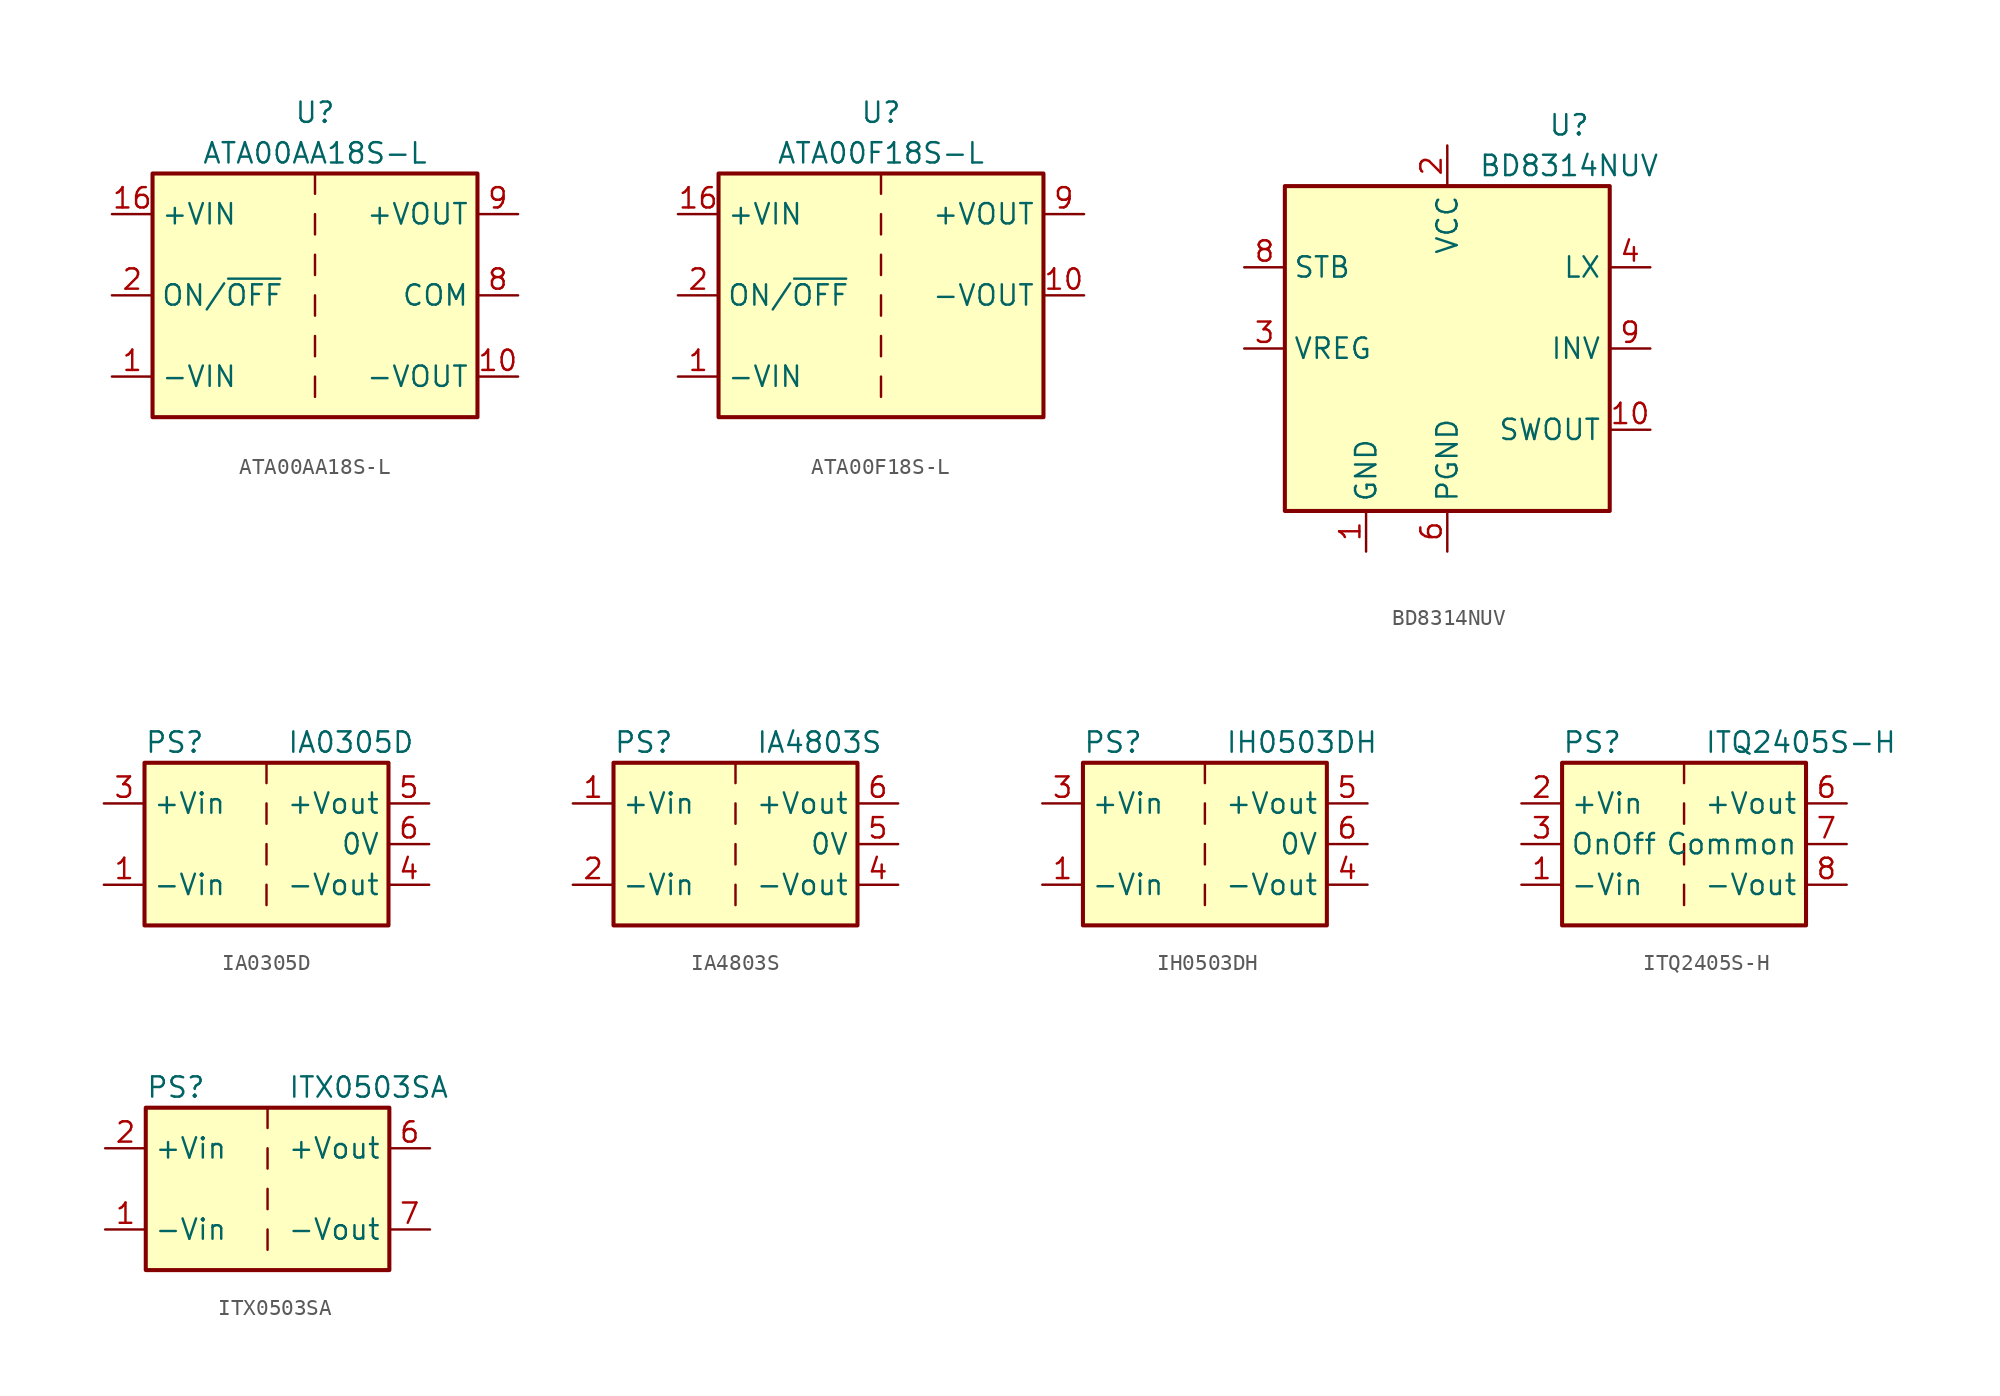
<source format=kicad_sym>
(kicad_symbol_lib
  (version 20211014)
  (generator kicad_symbol_editor)
  (symbol "ATA00AA18S-L"
    (property "Reference" "U"
      (at 0 11.43 0)
      (effects (font (size 1.27 1.27))))
    (property "Value" "ATA00AA18S-L"
      (at 0 8.89 0)
      (effects (font (size 1.27 1.27))))
    (symbol "ATA00AA18S-L_0_1"
      (rectangle (start -10.16 7.62) (end 10.16 -7.62) (stroke (width 0.254) (type default) (color 0 0 0 0)) (fill (type background)))
      (polyline (pts (xy 0 -5.08) (xy 0 -6.35)) (stroke (width 0) (type default) (color 0 0 0 0)) (fill (type none)))
      (polyline (pts (xy 0 -2.54) (xy 0 -3.81)) (stroke (width 0) (type default) (color 0 0 0 0)) (fill (type none)))
      (polyline (pts (xy 0 0) (xy 0 -1.27)) (stroke (width 0) (type default) (color 0 0 0 0)) (fill (type none)))
      (polyline (pts (xy 0 2.54) (xy 0 1.27)) (stroke (width 0) (type default) (color 0 0 0 0)) (fill (type none)))
      (polyline (pts (xy 0 5.08) (xy 0 3.81)) (stroke (width 0) (type default) (color 0 0 0 0)) (fill (type none)))
      (polyline (pts (xy 0 7.62) (xy 0 6.35)) (stroke (width 0) (type default) (color 0 0 0 0)) (fill (type none))))
    (symbol "ATA00AA18S-L_1_1"
      (pin power_in line (at -12.7 -5.08 0) (length 2.54) (name "-VIN" (effects (font (size 1.27 1.27)))) (number "1" (effects (font (size 1.27 1.27)))))
      (pin power_out line (at 12.7 -5.08 180) (length 2.54) (name "-VOUT" (effects (font (size 1.27 1.27)))) (number "10" (effects (font (size 1.27 1.27)))))
      (pin power_in line (at -12.7 5.08 0) (length 2.54) (name "+VIN" (effects (font (size 1.27 1.27)))) (number "16" (effects (font (size 1.27 1.27)))))
      (pin input line (at -12.7 0 0) (length 2.54) (name "ON/~{OFF}" (effects (font (size 1.27 1.27)))) (number "2" (effects (font (size 1.27 1.27)))))
      (pin no_connect line (at 10.16 2.54 180) (length 2.54) hide (name "NC" (effects (font (size 1.27 1.27)))) (number "7" (effects (font (size 1.27 1.27)))))
      (pin power_out line (at 12.7 0 180) (length 2.54) (name "COM" (effects (font (size 1.27 1.27)))) (number "8" (effects (font (size 1.27 1.27)))))
      (pin power_out line (at 12.7 5.08 180) (length 2.54) (name "+VOUT" (effects (font (size 1.27 1.27)))) (number "9" (effects (font (size 1.27 1.27)))))))
  (symbol "ATA00F18S-L"
    (property "Reference" "U"
      (at 0 11.43 0)
      (effects (font (size 1.27 1.27))))
    (property "Value" "ATA00F18S-L"
      (at 0 8.89 0)
      (effects (font (size 1.27 1.27))))
    (symbol "ATA00F18S-L_0_1"
      (rectangle (start -10.16 7.62) (end 10.16 -7.62) (stroke (width 0.254) (type default) (color 0 0 0 0)) (fill (type background)))
      (polyline (pts (xy 0 -5.08) (xy 0 -6.35)) (stroke (width 0) (type default) (color 0 0 0 0)) (fill (type none)))
      (polyline (pts (xy 0 -2.54) (xy 0 -3.81)) (stroke (width 0) (type default) (color 0 0 0 0)) (fill (type none)))
      (polyline (pts (xy 0 0) (xy 0 -1.27)) (stroke (width 0) (type default) (color 0 0 0 0)) (fill (type none)))
      (polyline (pts (xy 0 2.54) (xy 0 1.27)) (stroke (width 0) (type default) (color 0 0 0 0)) (fill (type none)))
      (polyline (pts (xy 0 5.08) (xy 0 3.81)) (stroke (width 0) (type default) (color 0 0 0 0)) (fill (type none)))
      (polyline (pts (xy 0 7.62) (xy 0 6.35)) (stroke (width 0) (type default) (color 0 0 0 0)) (fill (type none))))
    (symbol "ATA00F18S-L_1_1"
      (pin power_in line (at -12.7 -5.08 0) (length 2.54) (name "-VIN" (effects (font (size 1.27 1.27)))) (number "1" (effects (font (size 1.27 1.27)))))
      (pin power_out line (at 12.7 0 180) (length 2.54) (name "-VOUT" (effects (font (size 1.27 1.27)))) (number "10" (effects (font (size 1.27 1.27)))))
      (pin power_in line (at -12.7 5.08 0) (length 2.54) (name "+VIN" (effects (font (size 1.27 1.27)))) (number "16" (effects (font (size 1.27 1.27)))))
      (pin input line (at -12.7 0 0) (length 2.54) (name "ON/~{OFF}" (effects (font (size 1.27 1.27)))) (number "2" (effects (font (size 1.27 1.27)))))
      (pin no_connect line (at 10.16 -2.54 180) (length 2.54) hide (name "NC" (effects (font (size 1.27 1.27)))) (number "7" (effects (font (size 1.27 1.27)))))
      (pin no_connect line (at 10.16 -5.08 180) (length 2.54) hide (name "NC" (effects (font (size 1.27 1.27)))) (number "8" (effects (font (size 1.27 1.27)))))
      (pin power_out line (at 12.7 5.08 180) (length 2.54) (name "+VOUT" (effects (font (size 1.27 1.27)))) (number "9" (effects (font (size 1.27 1.27)))))))
  (symbol "BD8314NUV"
    (property "Reference" "U"
      (at 7.62 13.97 0)
      (effects (font (size 1.27 1.27))))
    (property "Value" "BD8314NUV"
      (at 7.62 11.43 0)
      (effects (font (size 1.27 1.27))))
    (symbol "BD8314NUV_0_1"
      (rectangle (start -10.16 10.16) (end 10.16 -10.16) (stroke (width 0.254) (type default) (color 0 0 0 0)) (fill (type background))))
    (symbol "BD8314NUV_1_1"
      (pin power_in line (at -5.08 -12.7 90) (length 2.54) (name "GND" (effects (font (size 1.27 1.27)))) (number "1" (effects (font (size 1.27 1.27)))))
      (pin passive line (at 12.7 -5.08 180) (length 2.54) (name "SWOUT" (effects (font (size 1.27 1.27)))) (number "10" (effects (font (size 1.27 1.27)))))
      (pin passive line (at 0 -12.7 90) (length 2.54) hide (name "PGND" (effects (font (size 1.27 1.27)))) (number "11" (effects (font (size 1.27 1.27)))))
      (pin power_in line (at 0 12.7 270) (length 2.54) (name "VCC" (effects (font (size 1.27 1.27)))) (number "2" (effects (font (size 1.27 1.27)))))
      (pin passive line (at -12.7 0 0) (length 2.54) (name "VREG" (effects (font (size 1.27 1.27)))) (number "3" (effects (font (size 1.27 1.27)))))
      (pin passive line (at 12.7 5.08 180) (length 2.54) (name "LX" (effects (font (size 1.27 1.27)))) (number "4" (effects (font (size 1.27 1.27)))))
      (pin passive line (at 12.7 5.08 180) (length 2.54) hide (name "LX" (effects (font (size 1.27 1.27)))) (number "5" (effects (font (size 1.27 1.27)))))
      (pin power_in line (at 0 -12.7 90) (length 2.54) (name "PGND" (effects (font (size 1.27 1.27)))) (number "6" (effects (font (size 1.27 1.27)))))
      (pin passive line (at 0 -12.7 90) (length 2.54) hide (name "PGND" (effects (font (size 1.27 1.27)))) (number "7" (effects (font (size 1.27 1.27)))))
      (pin input line (at -12.7 5.08 0) (length 2.54) (name "STB" (effects (font (size 1.27 1.27)))) (number "8" (effects (font (size 1.27 1.27)))))
      (pin passive line (at 12.7 0 180) (length 2.54) (name "INV" (effects (font (size 1.27 1.27)))) (number "9" (effects (font (size 1.27 1.27)))))))
  (symbol "IA0305D"
    (property "Reference" "PS"
      (at -7.62 6.35 0)
      (effects (font (size 1.27 1.27)) (justify left)))
    (property "Value" "IA0305D"
      (at 1.27 6.35 0)
      (effects (font (size 1.27 1.27)) (justify left)))
    (symbol "IA0305D_0_0"
      (pin power_in line (at -10.16 -2.54 0) (length 2.54) (name "-Vin" (effects (font (size 1.27 1.27)))) (number "1" (effects (font (size 1.27 1.27)))))
      (pin power_in line (at -10.16 2.54 0) (length 2.54) (name "+Vin" (effects (font (size 1.27 1.27)))) (number "3" (effects (font (size 1.27 1.27)))))
      (pin power_out line (at 10.16 -2.54 180) (length 2.54) (name "-Vout" (effects (font (size 1.27 1.27)))) (number "4" (effects (font (size 1.27 1.27)))))
      (pin power_out line (at 10.16 2.54 180) (length 2.54) (name "+Vout" (effects (font (size 1.27 1.27)))) (number "5" (effects (font (size 1.27 1.27)))))
      (pin power_out line (at 10.16 0 180) (length 2.54) (name "0V" (effects (font (size 1.27 1.27)))) (number "6" (effects (font (size 1.27 1.27))))))
    (symbol "IA0305D_0_1"
      (rectangle (start -7.62 5.08) (end 7.62 -5.08) (stroke (width 0.254) (type default) (color 0 0 0 0)) (fill (type background)))
      (polyline (pts (xy 0 -2.54) (xy 0 -3.81)) (stroke (width 0) (type default) (color 0 0 0 0)) (fill (type none)))
      (polyline (pts (xy 0 0) (xy 0 -1.27)) (stroke (width 0) (type default) (color 0 0 0 0)) (fill (type none)))
      (polyline (pts (xy 0 2.54) (xy 0 1.27)) (stroke (width 0) (type default) (color 0 0 0 0)) (fill (type none)))
      (polyline (pts (xy 0 5.08) (xy 0 3.81)) (stroke (width 0) (type default) (color 0 0 0 0)) (fill (type none))))
    (symbol "IA0305D_1_1"
      (pin no_connect line (at 0 -5.08 90) (length 2.54) hide (name "NC" (effects (font (size 1.27 1.27)))) (number "2" (effects (font (size 1.27 1.27)))))))
  (symbol "IA4803S"
    (property "Reference" "PS"
      (at -7.62 6.35 0)
      (effects (font (size 1.27 1.27)) (justify left)))
    (property "Value" "IA4803S"
      (at 1.27 6.35 0)
      (effects (font (size 1.27 1.27)) (justify left)))
    (symbol "IA4803S_0_0"
      (pin power_in line (at -10.16 2.54 0) (length 2.54) (name "+Vin" (effects (font (size 1.27 1.27)))) (number "1" (effects (font (size 1.27 1.27)))))
      (pin power_in line (at -10.16 -2.54 0) (length 2.54) (name "-Vin" (effects (font (size 1.27 1.27)))) (number "2" (effects (font (size 1.27 1.27)))))
      (pin power_out line (at 10.16 -2.54 180) (length 2.54) (name "-Vout" (effects (font (size 1.27 1.27)))) (number "4" (effects (font (size 1.27 1.27)))))
      (pin power_out line (at 10.16 0 180) (length 2.54) (name "0V" (effects (font (size 1.27 1.27)))) (number "5" (effects (font (size 1.27 1.27)))))
      (pin power_out line (at 10.16 2.54 180) (length 2.54) (name "+Vout" (effects (font (size 1.27 1.27)))) (number "6" (effects (font (size 1.27 1.27))))))
    (symbol "IA4803S_0_1"
      (rectangle (start -7.62 5.08) (end 7.62 -5.08) (stroke (width 0.254) (type default) (color 0 0 0 0)) (fill (type background)))
      (polyline (pts (xy 0 -2.54) (xy 0 -3.81)) (stroke (width 0) (type default) (color 0 0 0 0)) (fill (type none)))
      (polyline (pts (xy 0 0) (xy 0 -1.27)) (stroke (width 0) (type default) (color 0 0 0 0)) (fill (type none)))
      (polyline (pts (xy 0 2.54) (xy 0 1.27)) (stroke (width 0) (type default) (color 0 0 0 0)) (fill (type none)))
      (polyline (pts (xy 0 5.08) (xy 0 3.81)) (stroke (width 0) (type default) (color 0 0 0 0)) (fill (type none)))))
  (symbol "IH0503DH"
    (property "Reference" "PS"
      (at -7.62 6.35 0)
      (effects (font (size 1.27 1.27)) (justify left)))
    (property "Value" "IH0503DH"
      (at 1.27 6.35 0)
      (effects (font (size 1.27 1.27)) (justify left)))
    (symbol "IH0503DH_0_0"
      (pin power_in line (at -10.16 -2.54 0) (length 2.54) (name "-Vin" (effects (font (size 1.27 1.27)))) (number "1" (effects (font (size 1.27 1.27)))))
      (pin power_in line (at -10.16 2.54 0) (length 2.54) (name "+Vin" (effects (font (size 1.27 1.27)))) (number "3" (effects (font (size 1.27 1.27)))))
      (pin power_out line (at 10.16 -2.54 180) (length 2.54) (name "-Vout" (effects (font (size 1.27 1.27)))) (number "4" (effects (font (size 1.27 1.27)))))
      (pin power_out line (at 10.16 2.54 180) (length 2.54) (name "+Vout" (effects (font (size 1.27 1.27)))) (number "5" (effects (font (size 1.27 1.27)))))
      (pin power_out line (at 10.16 0 180) (length 2.54) (name "0V" (effects (font (size 1.27 1.27)))) (number "6" (effects (font (size 1.27 1.27))))))
    (symbol "IH0503DH_0_1"
      (rectangle (start -7.62 5.08) (end 7.62 -5.08) (stroke (width 0.254) (type default) (color 0 0 0 0)) (fill (type background)))
      (polyline (pts (xy 0 -2.54) (xy 0 -3.81)) (stroke (width 0) (type default) (color 0 0 0 0)) (fill (type none)))
      (polyline (pts (xy 0 0) (xy 0 -1.27)) (stroke (width 0) (type default) (color 0 0 0 0)) (fill (type none)))
      (polyline (pts (xy 0 2.54) (xy 0 1.27)) (stroke (width 0) (type default) (color 0 0 0 0)) (fill (type none)))
      (polyline (pts (xy 0 5.08) (xy 0 3.81)) (stroke (width 0) (type default) (color 0 0 0 0)) (fill (type none))))
    (symbol "IH0503DH_1_1"
      (pin no_connect line (at 0 -5.08 90) (length 2.54) hide (name "NC" (effects (font (size 1.27 1.27)))) (number "2" (effects (font (size 1.27 1.27)))))))
  (symbol "ITQ2405S-H"
    (property "Reference" "PS"
      (at -7.62 6.35 0)
      (effects (font (size 1.27 1.27)) (justify left)))
    (property "Value" "ITQ2405S-H"
      (at 1.27 6.35 0)
      (effects (font (size 1.27 1.27)) (justify left)))
    (symbol "ITQ2405S-H_0_0"
      (pin power_in line (at -10.16 -2.54 0) (length 2.54) (name "-Vin" (effects (font (size 1.27 1.27)))) (number "1" (effects (font (size 1.27 1.27)))))
      (pin power_in line (at -10.16 2.54 0) (length 2.54) (name "+Vin" (effects (font (size 1.27 1.27)))) (number "2" (effects (font (size 1.27 1.27)))))
      (pin input line (at -10.16 0 0) (length 2.54) (name "OnOff" (effects (font (size 1.27 1.27)))) (number "3" (effects (font (size 1.27 1.27)))))
      (pin power_out line (at 10.16 2.54 180) (length 2.54) (name "+Vout" (effects (font (size 1.27 1.27)))) (number "6" (effects (font (size 1.27 1.27)))))
      (pin power_out line (at 10.16 0 180) (length 2.54) (name "Common" (effects (font (size 1.27 1.27)))) (number "7" (effects (font (size 1.27 1.27)))))
      (pin power_out line (at 10.16 -2.54 180) (length 2.54) (name "-Vout" (effects (font (size 1.27 1.27)))) (number "8" (effects (font (size 1.27 1.27))))))
    (symbol "ITQ2405S-H_0_1"
      (rectangle (start -7.62 5.08) (end 7.62 -5.08) (stroke (width 0.254) (type default) (color 0 0 0 0)) (fill (type background)))
      (polyline (pts (xy 0 -2.54) (xy 0 -3.81)) (stroke (width 0) (type default) (color 0 0 0 0)) (fill (type none)))
      (polyline (pts (xy 0 0) (xy 0 -1.27)) (stroke (width 0) (type default) (color 0 0 0 0)) (fill (type none)))
      (polyline (pts (xy 0 2.54) (xy 0 1.27)) (stroke (width 0) (type default) (color 0 0 0 0)) (fill (type none)))
      (polyline (pts (xy 0 5.08) (xy 0 3.81)) (stroke (width 0) (type default) (color 0 0 0 0)) (fill (type none)))))
  (symbol "ITX0503SA"
    (property "Reference" "PS"
      (at -7.62 6.35 0)
      (effects (font (size 1.27 1.27)) (justify left)))
    (property "Value" "ITX0503SA"
      (at 1.27 6.35 0)
      (effects (font (size 1.27 1.27)) (justify left)))
    (symbol "ITX0503SA_0_0"
      (pin power_in line (at -10.16 -2.54 0) (length 2.54) (name "-Vin" (effects (font (size 1.27 1.27)))) (number "1" (effects (font (size 1.27 1.27)))))
      (pin power_in line (at -10.16 2.54 0) (length 2.54) (name "+Vin" (effects (font (size 1.27 1.27)))) (number "2" (effects (font (size 1.27 1.27)))))
      (pin power_out line (at 10.16 2.54 180) (length 2.54) (name "+Vout" (effects (font (size 1.27 1.27)))) (number "6" (effects (font (size 1.27 1.27)))))
      (pin power_out line (at 10.16 -2.54 180) (length 2.54) (name "-Vout" (effects (font (size 1.27 1.27)))) (number "7" (effects (font (size 1.27 1.27)))))
      (pin no_connect line (at 7.62 0 180) (length 2.54) hide (name "NC" (effects (font (size 1.27 1.27)))) (number "8" (effects (font (size 1.27 1.27))))))
    (symbol "ITX0503SA_0_1"
      (rectangle (start -7.62 5.08) (end 7.62 -5.08) (stroke (width 0.254) (type default) (color 0 0 0 0)) (fill (type background)))
      (polyline (pts (xy 0 -2.54) (xy 0 -3.81)) (stroke (width 0) (type default) (color 0 0 0 0)) (fill (type none)))
      (polyline (pts (xy 0 0) (xy 0 -1.27)) (stroke (width 0) (type default) (color 0 0 0 0)) (fill (type none)))
      (polyline (pts (xy 0 2.54) (xy 0 1.27)) (stroke (width 0) (type default) (color 0 0 0 0)) (fill (type none)))
      (polyline (pts (xy 0 5.08) (xy 0 3.81)) (stroke (width 0) (type default) (color 0 0 0 0)) (fill (type none))))))
</source>
